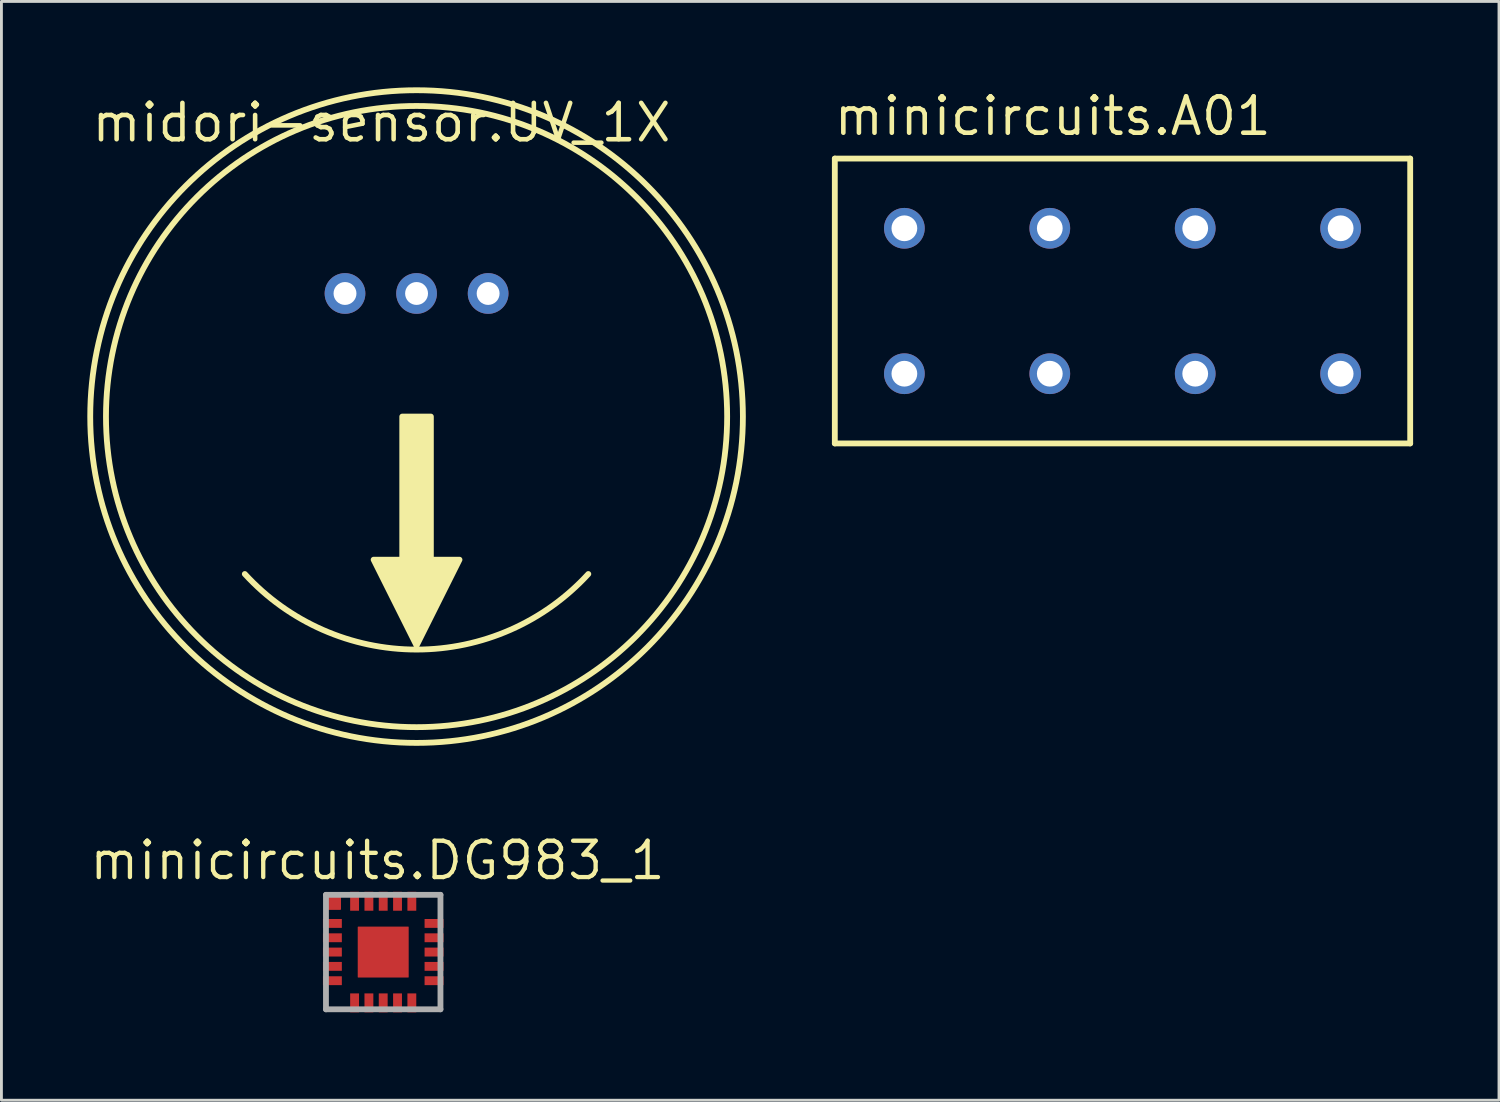
<source format=kicad_pcb>
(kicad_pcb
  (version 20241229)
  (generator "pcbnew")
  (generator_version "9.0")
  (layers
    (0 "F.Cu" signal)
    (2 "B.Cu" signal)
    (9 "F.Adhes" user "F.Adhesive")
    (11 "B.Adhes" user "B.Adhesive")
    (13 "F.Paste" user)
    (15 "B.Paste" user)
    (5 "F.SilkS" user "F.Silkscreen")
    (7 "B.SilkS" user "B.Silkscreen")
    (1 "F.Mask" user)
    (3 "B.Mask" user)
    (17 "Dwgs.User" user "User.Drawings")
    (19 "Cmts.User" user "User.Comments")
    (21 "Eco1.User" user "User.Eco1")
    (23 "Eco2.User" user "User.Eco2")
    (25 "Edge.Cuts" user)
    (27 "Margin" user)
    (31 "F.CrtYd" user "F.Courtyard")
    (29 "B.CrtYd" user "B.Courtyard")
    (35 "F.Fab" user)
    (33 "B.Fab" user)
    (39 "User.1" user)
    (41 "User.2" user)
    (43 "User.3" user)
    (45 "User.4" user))
  (footprint "midori-sensor.UV_1X"
    (layer "F.Cu")
    (at 11.502 11.502)
    (property "Reference" "midori-sensor.UV_1X" (at -11.43 -9.525 0) (layer "F.SilkS") (effects (font (size 1.27 1.27) (thickness 0.16)) (justify left bottom)))
    (attr through_hole)
    (fp_arc (start 6 5.5) (mid 0 8.13941) (end -6 5.5) (stroke (width 0.2032) (type default)) (layer "F.SilkS"))
    (fp_circle (center 0 0) (end 10.85 0) (stroke (width 0.203) (type default)) (fill no) (layer "F.SilkS"))
    (fp_circle (center 0 0) (end 11.4 0) (stroke (width 0.203) (type default)) (fill no) (layer "F.SilkS"))
    (fp_poly (pts (xy 0 8) (xy -1.5 5) (xy -0.5 5) (xy -0.5 0) (xy 0.5 0) (xy 0.5 5) (xy 1.5 5)) (stroke (width 0.203) (type default)) (fill yes) (layer "F.SilkS"))
    (pad "1" thru_hole circle (at -2.5 -4.3) (size 1.422 1.422) (drill 0.8) (layers "*.Cu" "*.Mask"))
    (pad "2" thru_hole circle (at 0 -4.3) (size 1.422 1.422) (drill 0.8) (layers "*.Cu" "*.Mask"))
    (pad "3" thru_hole circle (at 2.5 -4.3) (size 1.422 1.422) (drill 0.8) (layers "*.Cu" "*.Mask")))
  (footprint "minicircuits.DG983_1"
    (layer "F.Cu")
    (at 10.337 30.209)
    (property "Reference" "minicircuits.DG983_1" (at -0.2 -3.2 0) (layer "F.SilkS") (effects (font (size 1.27 1.27) (thickness 0.15))))
    (attr smd)
    (fp_rect (start -2 -1.5) (end -1.5 -2) (stroke (width 0.05) (type default)) (fill yes) (layer "F.Cu"))
    (fp_rect (start -2.15 -0.8) (end -1.4 -1.2) (stroke (width 0.05) (type default)) (fill yes) (layer "F.Mask"))
    (fp_rect (start -2.15 -0.3) (end -1.4 -0.7) (stroke (width 0.05) (type default)) (fill yes) (layer "F.Mask"))
    (fp_rect (start -2.15 0.2) (end -1.4 -0.2) (stroke (width 0.05) (type default)) (fill yes) (layer "F.Mask"))
    (fp_rect (start -2.15 0.7) (end -1.4 0.3) (stroke (width 0.05) (type default)) (fill yes) (layer "F.Mask"))
    (fp_rect (start -2.15 1.2) (end -1.4 0.8) (stroke (width 0.05) (type default)) (fill yes) (layer "F.Mask"))
    (fp_rect (start -1.2 -1.4) (end -0.8 -2.15) (stroke (width 0.05) (type default)) (fill yes) (layer "F.Mask"))
    (fp_rect (start -1.2 2.15) (end -0.8 1.4) (stroke (width 0.05) (type default)) (fill yes) (layer "F.Mask"))
    (fp_rect (start -0.95 0.95) (end 0.95 -0.95) (stroke (width 0.05) (type default)) (fill yes) (layer "F.Mask"))
    (fp_rect (start -0.7 -1.4) (end -0.3 -2.15) (stroke (width 0.05) (type default)) (fill yes) (layer "F.Mask"))
    (fp_rect (start -0.7 2.15) (end -0.3 1.4) (stroke (width 0.05) (type default)) (fill yes) (layer "F.Mask"))
    (fp_rect (start -0.2 -1.4) (end 0.2 -2.15) (stroke (width 0.05) (type default)) (fill yes) (layer "F.Mask"))
    (fp_rect (start -0.2 2.15) (end 0.2 1.4) (stroke (width 0.05) (type default)) (fill yes) (layer "F.Mask"))
    (fp_rect (start 0.3 -1.4) (end 0.7 -2.15) (stroke (width 0.05) (type default)) (fill yes) (layer "F.Mask"))
    (fp_rect (start 0.3 2.15) (end 0.7 1.4) (stroke (width 0.05) (type default)) (fill yes) (layer "F.Mask"))
    (fp_rect (start 0.8 -1.4) (end 1.2 -2.15) (stroke (width 0.05) (type default)) (fill yes) (layer "F.Mask"))
    (fp_rect (start 0.8 2.15) (end 1.2 1.4) (stroke (width 0.05) (type default)) (fill yes) (layer "F.Mask"))
    (fp_rect (start 1.4 -0.8) (end 2.15 -1.2) (stroke (width 0.05) (type default)) (fill yes) (layer "F.Mask"))
    (fp_rect (start 1.4 -0.3) (end 2.15 -0.7) (stroke (width 0.05) (type default)) (fill yes) (layer "F.Mask"))
    (fp_rect (start 1.4 0.2) (end 2.15 -0.2) (stroke (width 0.05) (type default)) (fill yes) (layer "F.Mask"))
    (fp_rect (start 1.4 0.7) (end 2.15 0.3) (stroke (width 0.05) (type default)) (fill yes) (layer "F.Mask"))
    (fp_rect (start 1.4 1.2) (end 2.15 0.8) (stroke (width 0.05) (type default)) (fill yes) (layer "F.Mask"))
    (fp_line (start -2 -2) (end 2 -2) (stroke (width 0.203) (type default)) (layer "F.Fab"))
    (fp_line (start -2 2) (end -2 -2) (stroke (width 0.203) (type default)) (layer "F.Fab"))
    (fp_line (start 2 -2) (end 2 2) (stroke (width 0.203) (type default)) (layer "F.Fab"))
    (fp_line (start 2 2) (end -2 2) (stroke (width 0.203) (type default)) (layer "F.Fab"))
    (pad "1" smd roundrect (at -1.775 -1) (size 0.66 0.31) (layers "F.Cu" "F.Mask" "F.Paste") (roundrect_rratio 0.01))
    (pad "2" smd roundrect (at -1.775 -0.5) (size 0.66 0.31) (layers "F.Cu" "F.Mask" "F.Paste") (roundrect_rratio 0.01))
    (pad "3" smd roundrect (at -1.775 0) (size 0.66 0.31) (layers "F.Cu" "F.Mask" "F.Paste") (roundrect_rratio 0.01))
    (pad "4" smd roundrect (at -1.775 0.5) (size 0.66 0.31) (layers "F.Cu" "F.Mask" "F.Paste") (roundrect_rratio 0.01))
    (pad "5" smd roundrect (at -1.775 1) (size 0.66 0.31) (layers "F.Cu" "F.Mask" "F.Paste") (roundrect_rratio 0.01))
    (pad "6" smd roundrect (at -1 1.775 90) (size 0.66 0.31) (layers "F.Cu" "F.Mask" "F.Paste") (roundrect_rratio 0.01))
    (pad "7" smd roundrect (at -0.5 1.775 90) (size 0.66 0.31) (layers "F.Cu" "F.Mask" "F.Paste") (roundrect_rratio 0.01))
    (pad "8" smd roundrect (at 0 1.775 90) (size 0.66 0.31) (layers "F.Cu" "F.Mask" "F.Paste") (roundrect_rratio 0.01))
    (pad "9" smd roundrect (at 0.5 1.775 90) (size 0.66 0.31) (layers "F.Cu" "F.Mask" "F.Paste") (roundrect_rratio 0.01))
    (pad "10" smd roundrect (at 1 1.775 90) (size 0.66 0.31) (layers "F.Cu" "F.Mask" "F.Paste") (roundrect_rratio 0.01))
    (pad "11" smd roundrect (at 1.775 1 180) (size 0.66 0.31) (layers "F.Cu" "F.Mask" "F.Paste") (roundrect_rratio 0.01))
    (pad "12" smd roundrect (at 1.775 0.5 180) (size 0.66 0.31) (layers "F.Cu" "F.Mask" "F.Paste") (roundrect_rratio 0.01))
    (pad "13" smd roundrect (at 1.775 0 180) (size 0.66 0.31) (layers "F.Cu" "F.Mask" "F.Paste") (roundrect_rratio 0.01))
    (pad "14" smd roundrect (at 1.775 -0.5 180) (size 0.66 0.31) (layers "F.Cu" "F.Mask" "F.Paste") (roundrect_rratio 0.01))
    (pad "15" smd roundrect (at 1.775 -1 180) (size 0.66 0.31) (layers "F.Cu" "F.Mask" "F.Paste") (roundrect_rratio 0.01))
    (pad "16" smd roundrect (at 1 -1.775 270) (size 0.66 0.31) (layers "F.Cu" "F.Mask" "F.Paste") (roundrect_rratio 0.01))
    (pad "17" smd roundrect (at 0.5 -1.775 270) (size 0.66 0.31) (layers "F.Cu" "F.Mask" "F.Paste") (roundrect_rratio 0.01))
    (pad "18" smd roundrect (at 0 -1.775 270) (size 0.66 0.31) (layers "F.Cu" "F.Mask" "F.Paste") (roundrect_rratio 0.01))
    (pad "19" smd roundrect (at -0.5 -1.775 270) (size 0.66 0.31) (layers "F.Cu" "F.Mask" "F.Paste") (roundrect_rratio 0.01))
    (pad "20" smd roundrect (at -1 -1.775 270) (size 0.66 0.31) (layers "F.Cu" "F.Mask" "F.Paste") (roundrect_rratio 0.01))
    (pad "X" smd roundrect (at 0 0) (size 1.78 1.78) (layers "F.Cu" "F.Mask" "F.Paste") (roundrect_rratio 0.01)))
  (footprint "minicircuits.A01"
    (layer "F.Cu")
    (at 36.163 7.465)
    (property "Reference" "minicircuits.A01" (at -10.16 -5.715 0) (layer "F.SilkS") (effects (font (size 1.27 1.27) (thickness 0.16)) (justify left bottom)))
    (attr through_hole)
    (fp_line (start -10.05 -4.975) (end 10.05 -4.975) (stroke (width 0.203) (type default)) (layer "F.SilkS"))
    (fp_line (start -10.05 4.975) (end -10.05 -4.975) (stroke (width 0.203) (type default)) (layer "F.SilkS"))
    (fp_line (start 10.05 -4.975) (end 10.05 4.975) (stroke (width 0.203) (type default)) (layer "F.SilkS"))
    (fp_line (start 10.05 4.975) (end -10.05 4.975) (stroke (width 0.203) (type default)) (layer "F.SilkS"))
    (pad "1" thru_hole circle (at -7.62 2.54) (size 1.422 1.422) (drill 0.9) (layers "*.Cu" "*.Mask"))
    (pad "2" thru_hole circle (at -7.62 -2.54) (size 1.422 1.422) (drill 0.9) (layers "*.Cu" "*.Mask"))
    (pad "3" thru_hole circle (at -2.54 2.54) (size 1.422 1.422) (drill 0.9) (layers "*.Cu" "*.Mask"))
    (pad "4" thru_hole circle (at -2.54 -2.54) (size 1.422 1.422) (drill 0.9) (layers "*.Cu" "*.Mask"))
    (pad "5" thru_hole circle (at 2.54 2.54) (size 1.422 1.422) (drill 0.9) (layers "*.Cu" "*.Mask"))
    (pad "6" thru_hole circle (at 2.54 -2.54) (size 1.422 1.422) (drill 0.9) (layers "*.Cu" "*.Mask"))
    (pad "7" thru_hole circle (at 7.62 2.54) (size 1.422 1.422) (drill 0.9) (layers "*.Cu" "*.Mask"))
    (pad "8" thru_hole circle (at 7.62 -2.54) (size 1.422 1.422) (drill 0.9) (layers "*.Cu" "*.Mask")))
  (gr_rect
    (start -3 -3)
    (end 49.315 35.384)
    (stroke (width 0.1) (type default))
    (fill no)
    (layer "Edge.Cuts")))
</source>
